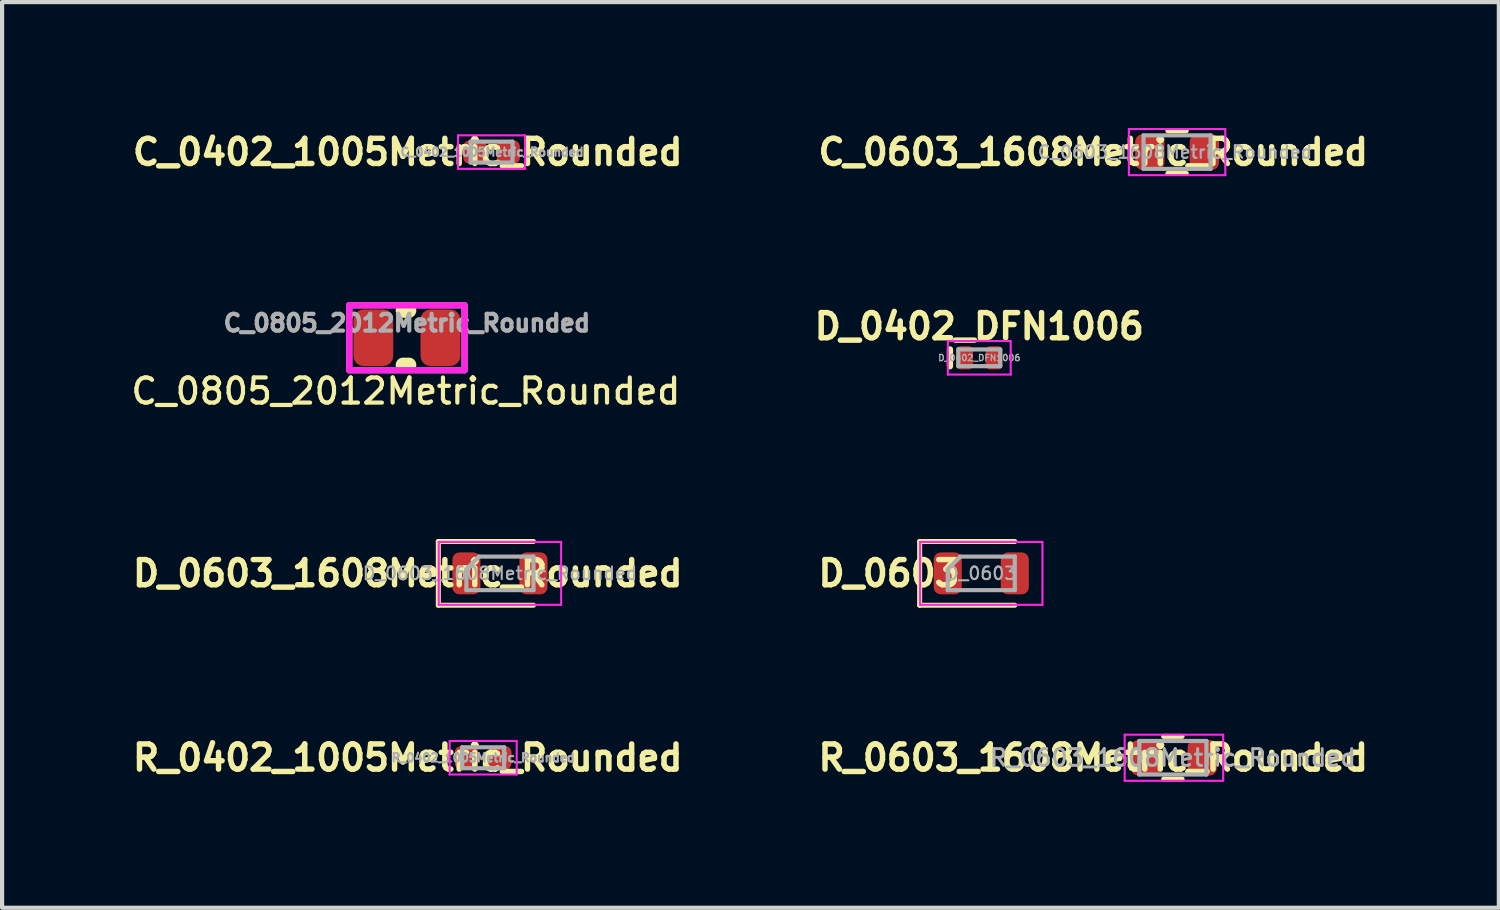
<source format=kicad_pcb>
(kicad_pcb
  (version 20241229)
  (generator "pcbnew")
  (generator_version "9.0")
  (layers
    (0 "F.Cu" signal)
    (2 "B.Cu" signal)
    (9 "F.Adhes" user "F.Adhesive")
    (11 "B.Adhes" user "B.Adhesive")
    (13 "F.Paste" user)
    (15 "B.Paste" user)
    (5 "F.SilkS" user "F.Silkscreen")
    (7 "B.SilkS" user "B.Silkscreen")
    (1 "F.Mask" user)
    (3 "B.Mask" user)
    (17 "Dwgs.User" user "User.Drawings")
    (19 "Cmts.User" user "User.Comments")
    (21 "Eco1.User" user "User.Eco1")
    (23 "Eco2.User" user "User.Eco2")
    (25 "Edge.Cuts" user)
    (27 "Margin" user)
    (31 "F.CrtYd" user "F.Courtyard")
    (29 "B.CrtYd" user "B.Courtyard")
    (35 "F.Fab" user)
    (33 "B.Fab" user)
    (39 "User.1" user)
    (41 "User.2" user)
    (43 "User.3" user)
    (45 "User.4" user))
  (footprint "R_0603_1608Metric_Rounded"
    (layer "F.Cu")
    (at 24.934 15.029)
    (property "Reference" "R_0603_1608Metric_Rounded" (at -1.9 0 0) (layer "F.SilkS") (effects (font (size 0.6 0.6) (thickness 0.13))))
    (property "Value" "${VALUE}" (at 0 0.7 0) (layer "F.Fab") (hide yes) (effects (font (size 0.3 0.3) (thickness 0.05))))
    (attr smd)
    (fp_line (start -0.22 -0.51) (end 0.22 -0.51) (stroke (width 0.12) (type solid)) (layer "F.SilkS"))
    (fp_line (start -0.22 0.51) (end 0.22 0.51) (stroke (width 0.12) (type solid)) (layer "F.SilkS"))
    (fp_line (start -1.15 -0.55) (end 1.2 -0.55) (stroke (width 0.05) (type solid)) (layer "F.CrtYd"))
    (fp_line (start -1.15 0.55) (end -1.15 -0.55) (stroke (width 0.05) (type solid)) (layer "F.CrtYd"))
    (fp_line (start 1.2 -0.55) (end 1.2 0.55) (stroke (width 0.05) (type solid)) (layer "F.CrtYd"))
    (fp_line (start 1.2 0.55) (end -1.15 0.55) (stroke (width 0.05) (type solid)) (layer "F.CrtYd"))
    (fp_line (start -0.8 -0.4) (end 0.8 -0.4) (stroke (width 0.1) (type solid)) (layer "F.Fab"))
    (fp_line (start -0.8 0.4) (end -0.8 -0.4) (stroke (width 0.1) (type solid)) (layer "F.Fab"))
    (fp_line (start 0.8 -0.4) (end 0.8 0.4) (stroke (width 0.1) (type solid)) (layer "F.Fab"))
    (fp_line (start 0.8 0.4) (end -0.8 0.4) (stroke (width 0.1) (type solid)) (layer "F.Fab"))
    (fp_text user "${REFERENCE}" (at 0 0 0) (layer "F.Fab") (effects (font (size 0.4 0.4) (thickness 0.07))))
    (pad "1" smd roundrect (at -0.65 0) (size 0.7 0.85) (layers "F.Cu" "F.Mask" "F.Paste") (roundrect_rratio 0.25))
    (pad "2" smd roundrect (at 0.7 0) (size 0.7 0.85) (layers "F.Cu" "F.Mask" "F.Paste") (roundrect_rratio 0.25)))
  (footprint "D_0402_DFN1006"
    (layer "F.Cu")
    (at 20.315 5.487)
    (property "Reference" "D_0402_DFN1006" (at 0 -0.75 0) (layer "F.SilkS") (effects (font (size 0.6 0.6) (thickness 0.13))))
    (property "Value" "${VALUE}" (at 0 0.45 0) (layer "F.Fab") (hide yes) (effects (font (size 0.15 0.15) (thickness 0.03))))
    (attr smd)
    (fp_line (start -0.7 -0.2) (end -0.7 0.2) (stroke (width 0.15) (type solid)) (layer "F.SilkS"))
    (fp_line (start -0.75 -0.4) (end 0.75 -0.4) (stroke (width 0.05) (type solid)) (layer "F.CrtYd"))
    (fp_line (start -0.75 0.4) (end -0.75 -0.4) (stroke (width 0.05) (type solid)) (layer "F.CrtYd"))
    (fp_line (start 0.75 -0.4) (end 0.75 0.4) (stroke (width 0.05) (type solid)) (layer "F.CrtYd"))
    (fp_line (start 0.75 0.4) (end -0.75 0.4) (stroke (width 0.05) (type solid)) (layer "F.CrtYd"))
    (fp_line (start -0.5 -0.2) (end 0.5 -0.2) (stroke (width 0.1) (type solid)) (layer "F.Fab"))
    (fp_line (start -0.5 0.2) (end -0.5 -0.2) (stroke (width 0.1) (type solid)) (layer "F.Fab"))
    (fp_line (start 0.5 -0.2) (end 0.5 0.2) (stroke (width 0.1) (type solid)) (layer "F.Fab"))
    (fp_line (start 0.5 0.2) (end -0.5 0.2) (stroke (width 0.1) (type solid)) (layer "F.Fab"))
    (fp_text user "${REFERENCE}" (at 0 0 0) (layer "F.Fab") (effects (font (size 0.15 0.15) (thickness 0.03))))
    (pad "1" smd roundrect (at -0.35 0) (size 0.4 0.55) (layers "F.Cu" "F.Mask" "F.Paste") (roundrect_rratio 0.25))
    (pad "2" smd roundrect (at 0.35 0) (size 0.4 0.55) (layers "F.Cu" "F.Mask" "F.Paste") (roundrect_rratio 0.25)))
  (footprint "D_0603"
    (layer "F.Cu")
    (at 20.362 10.63)
    (property "Reference" "D_0603" (at -2.2 0 0) (layer "F.SilkS") (effects (font (size 0.6 0.6) (thickness 0.13))))
    (property "Value" "${VALUE}" (at 0 0.7 0) (layer "F.Fab") (hide yes) (effects (font (size 0.3 0.3) (thickness 0.05))))
    (attr smd)
    (fp_line (start -1.47 -0.76) (end -1.47 0.76) (stroke (width 0.12) (type solid)) (layer "F.SilkS"))
    (fp_line (start -1.47 0.76) (end 0.8 0.76) (stroke (width 0.12) (type solid)) (layer "F.SilkS"))
    (fp_line (start 0.8 -0.76) (end -1.47 -0.76) (stroke (width 0.12) (type solid)) (layer "F.SilkS"))
    (fp_line (start -1.46 -0.75) (end 1.46 -0.75) (stroke (width 0.05) (type solid)) (layer "F.CrtYd"))
    (fp_line (start -1.46 0.75) (end -1.46 -0.75) (stroke (width 0.05) (type solid)) (layer "F.CrtYd"))
    (fp_line (start 1.46 -0.75) (end 1.46 0.75) (stroke (width 0.05) (type solid)) (layer "F.CrtYd"))
    (fp_line (start 1.46 0.75) (end -1.46 0.75) (stroke (width 0.05) (type solid)) (layer "F.CrtYd"))
    (fp_line (start -0.8 -0.1) (end -0.8 0.4) (stroke (width 0.1) (type solid)) (layer "F.Fab"))
    (fp_line (start -0.8 0.4) (end 0.8 0.4) (stroke (width 0.1) (type solid)) (layer "F.Fab"))
    (fp_line (start -0.5 -0.4) (end -0.8 -0.1) (stroke (width 0.1) (type solid)) (layer "F.Fab"))
    (fp_line (start 0.8 -0.4) (end -0.5 -0.4) (stroke (width 0.1) (type solid)) (layer "F.Fab"))
    (fp_line (start 0.8 0.4) (end 0.8 -0.4) (stroke (width 0.1) (type solid)) (layer "F.Fab"))
    (fp_text user "${REFERENCE}" (at 0 0 0) (layer "F.Fab") (effects (font (size 0.3 0.3) (thickness 0.05))))
    (pad "1" smd roundrect (at -0.8 0) (size 0.67 1) (layers "F.Cu" "F.Mask" "F.Paste") (roundrect_rratio 0.25))
    (pad "2" smd roundrect (at 0.8 0) (size 0.67 1) (layers "F.Cu" "F.Mask" "F.Paste") (roundrect_rratio 0.25)))
  (footprint "C_0402_1005Metric_Rounded"
    (layer "F.Cu")
    (at 8.678 0.579)
    (property "Reference" "C_0402_1005Metric_Rounded" (at -2 0 0) (layer "F.SilkS") (effects (font (size 0.6 0.6) (thickness 0.13))))
    (property "Value" "${VALUE}" (at 0 0.45 0) (layer "F.Fab") (hide yes) (effects (font (size 0.2 0.2) (thickness 0.05))))
    (attr smd)
    (fp_line (start -0.8 -0.4) (end 0.8 -0.4) (stroke (width 0.05) (type solid)) (layer "F.CrtYd"))
    (fp_line (start -0.8 0.4) (end -0.8 -0.4) (stroke (width 0.05) (type solid)) (layer "F.CrtYd"))
    (fp_line (start 0.8 -0.4) (end 0.8 0.4) (stroke (width 0.05) (type solid)) (layer "F.CrtYd"))
    (fp_line (start 0.8 0.4) (end -0.8 0.4) (stroke (width 0.05) (type solid)) (layer "F.CrtYd"))
    (fp_line (start -0.5 -0.25) (end 0.5 -0.25) (stroke (width 0.1) (type solid)) (layer "F.Fab"))
    (fp_line (start -0.5 0.25) (end -0.5 -0.25) (stroke (width 0.1) (type solid)) (layer "F.Fab"))
    (fp_line (start 0.5 -0.25) (end 0.5 0.25) (stroke (width 0.1) (type solid)) (layer "F.Fab"))
    (fp_line (start 0.5 0.25) (end -0.5 0.25) (stroke (width 0.1) (type solid)) (layer "F.Fab"))
    (fp_text user "${REFERENCE}" (at 0.013 0 0) (layer "F.Fab") (effects (font (size 0.2 0.2) (thickness 0.05))))
    (pad "1" smd roundrect (at -0.4 0) (size 0.55 0.55) (layers "F.Cu" "F.Mask" "F.Paste") (roundrect_rratio 0.25))
    (pad "2" smd roundrect (at 0.4 0) (size 0.55 0.55) (layers "F.Cu" "F.Mask" "F.Paste") (roundrect_rratio 0.25)))
  (footprint "R_0402_1005Metric_Rounded"
    (layer "F.Cu")
    (at 8.478 15.029)
    (property "Reference" "R_0402_1005Metric_Rounded" (at -1.8 0 0) (layer "F.SilkS") (effects (font (size 0.6 0.6) (thickness 0.13))))
    (attr smd)
    (fp_line (start -0.8 -0.4) (end 0.8 -0.4) (stroke (width 0.05) (type solid)) (layer "F.CrtYd"))
    (fp_line (start -0.8 0.4) (end -0.8 -0.4) (stroke (width 0.05) (type solid)) (layer "F.CrtYd"))
    (fp_line (start 0.8 -0.4) (end 0.8 0.4) (stroke (width 0.05) (type solid)) (layer "F.CrtYd"))
    (fp_line (start 0.8 0.4) (end -0.8 0.4) (stroke (width 0.05) (type solid)) (layer "F.CrtYd"))
    (fp_line (start -0.5 -0.25) (end 0.5 -0.25) (stroke (width 0.1) (type solid)) (layer "F.Fab"))
    (fp_line (start -0.5 0.25) (end -0.5 -0.25) (stroke (width 0.1) (type solid)) (layer "F.Fab"))
    (fp_line (start 0.5 -0.25) (end 0.5 0.25) (stroke (width 0.1) (type solid)) (layer "F.Fab"))
    (fp_line (start 0.5 0.25) (end -0.5 0.25) (stroke (width 0.1) (type solid)) (layer "F.Fab"))
    (fp_text user "${REFERENCE}" (at 0 0 0) (layer "F.Fab") (effects (font (size 0.2 0.2) (thickness 0.05))))
    (pad "1" smd roundrect (at -0.4 0) (size 0.55 0.55) (layers "F.Cu" "F.Mask" "F.Paste") (roundrect_rratio 0.25))
    (pad "2" smd roundrect (at 0.4 0) (size 0.55 0.55) (layers "F.Cu" "F.Mask" "F.Paste") (roundrect_rratio 0.25)))
  (footprint "C_0603_1608Metric_Rounded"
    (layer "F.Cu")
    (at 25.034 0.579)
    (property "Reference" "C_0603_1608Metric_Rounded" (at -2 0 0) (layer "F.SilkS") (effects (font (size 0.6 0.6) (thickness 0.13))))
    (property "Value" "${VALUE}" (at 0 0.7 0) (layer "F.Fab") (hide yes) (effects (font (size 0.3 0.3) (thickness 0.05))))
    (attr smd)
    (fp_line (start -0.22 -0.51) (end 0.22 -0.51) (stroke (width 0.12) (type solid)) (layer "F.SilkS"))
    (fp_line (start -0.22 0.51) (end 0.22 0.51) (stroke (width 0.12) (type solid)) (layer "F.SilkS"))
    (fp_line (start -1.15 -0.55) (end 1.15 -0.55) (stroke (width 0.05) (type solid)) (layer "F.CrtYd"))
    (fp_line (start -1.15 0.55) (end -1.15 -0.55) (stroke (width 0.05) (type solid)) (layer "F.CrtYd"))
    (fp_line (start 1.15 -0.55) (end 1.15 0.55) (stroke (width 0.05) (type solid)) (layer "F.CrtYd"))
    (fp_line (start 1.15 0.55) (end -1.15 0.55) (stroke (width 0.05) (type solid)) (layer "F.CrtYd"))
    (fp_line (start -0.8 -0.4) (end 0.8 -0.4) (stroke (width 0.1) (type solid)) (layer "F.Fab"))
    (fp_line (start -0.8 0.4) (end -0.8 -0.4) (stroke (width 0.1) (type solid)) (layer "F.Fab"))
    (fp_line (start 0.8 -0.4) (end 0.8 0.4) (stroke (width 0.1) (type solid)) (layer "F.Fab"))
    (fp_line (start 0.8 0.4) (end -0.8 0.4) (stroke (width 0.1) (type solid)) (layer "F.Fab"))
    (fp_text user "${REFERENCE}" (at -0.05 0 0) (layer "F.Fab") (effects (font (size 0.3 0.3) (thickness 0.05))))
    (pad "1" smd roundrect (at -0.65 0) (size 0.7 0.85) (layers "F.Cu" "F.Mask" "F.Paste") (roundrect_rratio 0.25))
    (pad "2" smd roundrect (at 0.65 0) (size 0.7 0.85) (layers "F.Cu" "F.Mask" "F.Paste") (roundrect_rratio 0.25)))
  (footprint "C_0805_2012Metric_Rounded"
    (layer "F.Cu")
    (at 6.658 5.008)
    (property "Reference" "C_0805_2012Metric_Rounded" (at -0.025 1.275 0) (layer "F.SilkS") (effects (font (size 0.6 0.6) (thickness 0.1))))
    (attr smd)
    (fp_line (start -0.092 -0.65) (end 0.05 -0.65) (stroke (width 0.35) (type solid)) (layer "F.SilkS"))
    (fp_line (start 0.05 0.65) (end -0.092 0.65) (stroke (width 0.35) (type solid)) (layer "F.SilkS"))
    (fp_line (start -1.375 -0.775) (end 1.375 -0.775) (stroke (width 0.15) (type solid)) (layer "F.CrtYd"))
    (fp_line (start -1.375 0.775) (end -1.375 -0.775) (stroke (width 0.15) (type solid)) (layer "F.CrtYd"))
    (fp_line (start 1.375 -0.775) (end 1.375 0.775) (stroke (width 0.15) (type solid)) (layer "F.CrtYd"))
    (fp_line (start 1.375 0.775) (end -1.375 0.775) (stroke (width 0.15) (type solid)) (layer "F.CrtYd"))
    (fp_line (start -1.375 -0.775) (end 1.375 -0.775) (stroke (width 0.15) (type solid)) (layer "F.Fab"))
    (fp_line (start -1.375 0.775) (end -1.375 -0.775) (stroke (width 0.15) (type solid)) (layer "F.Fab"))
    (fp_line (start 1.375 -0.775) (end 1.375 0.775) (stroke (width 0.15) (type solid)) (layer "F.Fab"))
    (fp_line (start 1.375 0.775) (end -1.375 0.775) (stroke (width 0.15) (type solid)) (layer "F.Fab"))
    (fp_text user "${REFERENCE}" (at 0 -0.35 0) (layer "F.Fab") (effects (font (size 0.4 0.4) (thickness 0.1))))
    (pad "1" smd roundrect (at -0.8 0) (size 0.95 1.35) (layers "F.Cu" "F.Mask" "F.Paste") (roundrect_rratio 0.25))
    (pad "2" smd roundrect (at 0.8 0) (size 0.95 1.35) (layers "F.Cu" "F.Mask" "F.Paste") (roundrect_rratio 0.25)))
  (footprint "D_0603_1608Metric_Rounded"
    (layer "F.Cu")
    (at 8.878 10.63)
    (property "Reference" "D_0603_1608Metric_Rounded" (at -2.2 0 0) (layer "F.SilkS") (effects (font (size 0.6 0.6) (thickness 0.13))))
    (property "Value" "${VALUE}" (at 0 0.7 0) (layer "F.Fab") (hide yes) (effects (font (size 0.3 0.3) (thickness 0.05))))
    (attr smd)
    (fp_line (start -1.47 -0.76) (end -1.47 0.76) (stroke (width 0.12) (type solid)) (layer "F.SilkS"))
    (fp_line (start -1.47 0.76) (end 0.8 0.76) (stroke (width 0.12) (type solid)) (layer "F.SilkS"))
    (fp_line (start 0.8 -0.76) (end -1.47 -0.76) (stroke (width 0.12) (type solid)) (layer "F.SilkS"))
    (fp_line (start -1.46 -0.75) (end 1.46 -0.75) (stroke (width 0.05) (type solid)) (layer "F.CrtYd"))
    (fp_line (start -1.46 0.75) (end -1.46 -0.75) (stroke (width 0.05) (type solid)) (layer "F.CrtYd"))
    (fp_line (start 1.46 -0.75) (end 1.46 0.75) (stroke (width 0.05) (type solid)) (layer "F.CrtYd"))
    (fp_line (start 1.46 0.75) (end -1.46 0.75) (stroke (width 0.05) (type solid)) (layer "F.CrtYd"))
    (fp_line (start -0.8 -0.1) (end -0.8 0.4) (stroke (width 0.1) (type solid)) (layer "F.Fab"))
    (fp_line (start -0.8 0.4) (end 0.8 0.4) (stroke (width 0.1) (type solid)) (layer "F.Fab"))
    (fp_line (start -0.5 -0.4) (end -0.8 -0.1) (stroke (width 0.1) (type solid)) (layer "F.Fab"))
    (fp_line (start 0.8 -0.4) (end -0.5 -0.4) (stroke (width 0.1) (type solid)) (layer "F.Fab"))
    (fp_line (start 0.8 0.4) (end 0.8 -0.4) (stroke (width 0.1) (type solid)) (layer "F.Fab"))
    (fp_text user "${REFERENCE}" (at 0 0 0) (layer "F.Fab") (effects (font (size 0.3 0.3) (thickness 0.05))))
    (pad "1" smd roundrect (at -0.8 0) (size 0.67 1) (layers "F.Cu" "F.Mask" "F.Paste") (roundrect_rratio 0.25))
    (pad "2" smd roundrect (at 0.8 0) (size 0.67 1) (layers "F.Cu" "F.Mask" "F.Paste") (roundrect_rratio 0.25)))
  (gr_rect
    (start -3 -3)
    (end 32.711 18.608)
    (stroke (width 0.1) (type default))
    (fill no)
    (layer "Edge.Cuts")))
</source>
